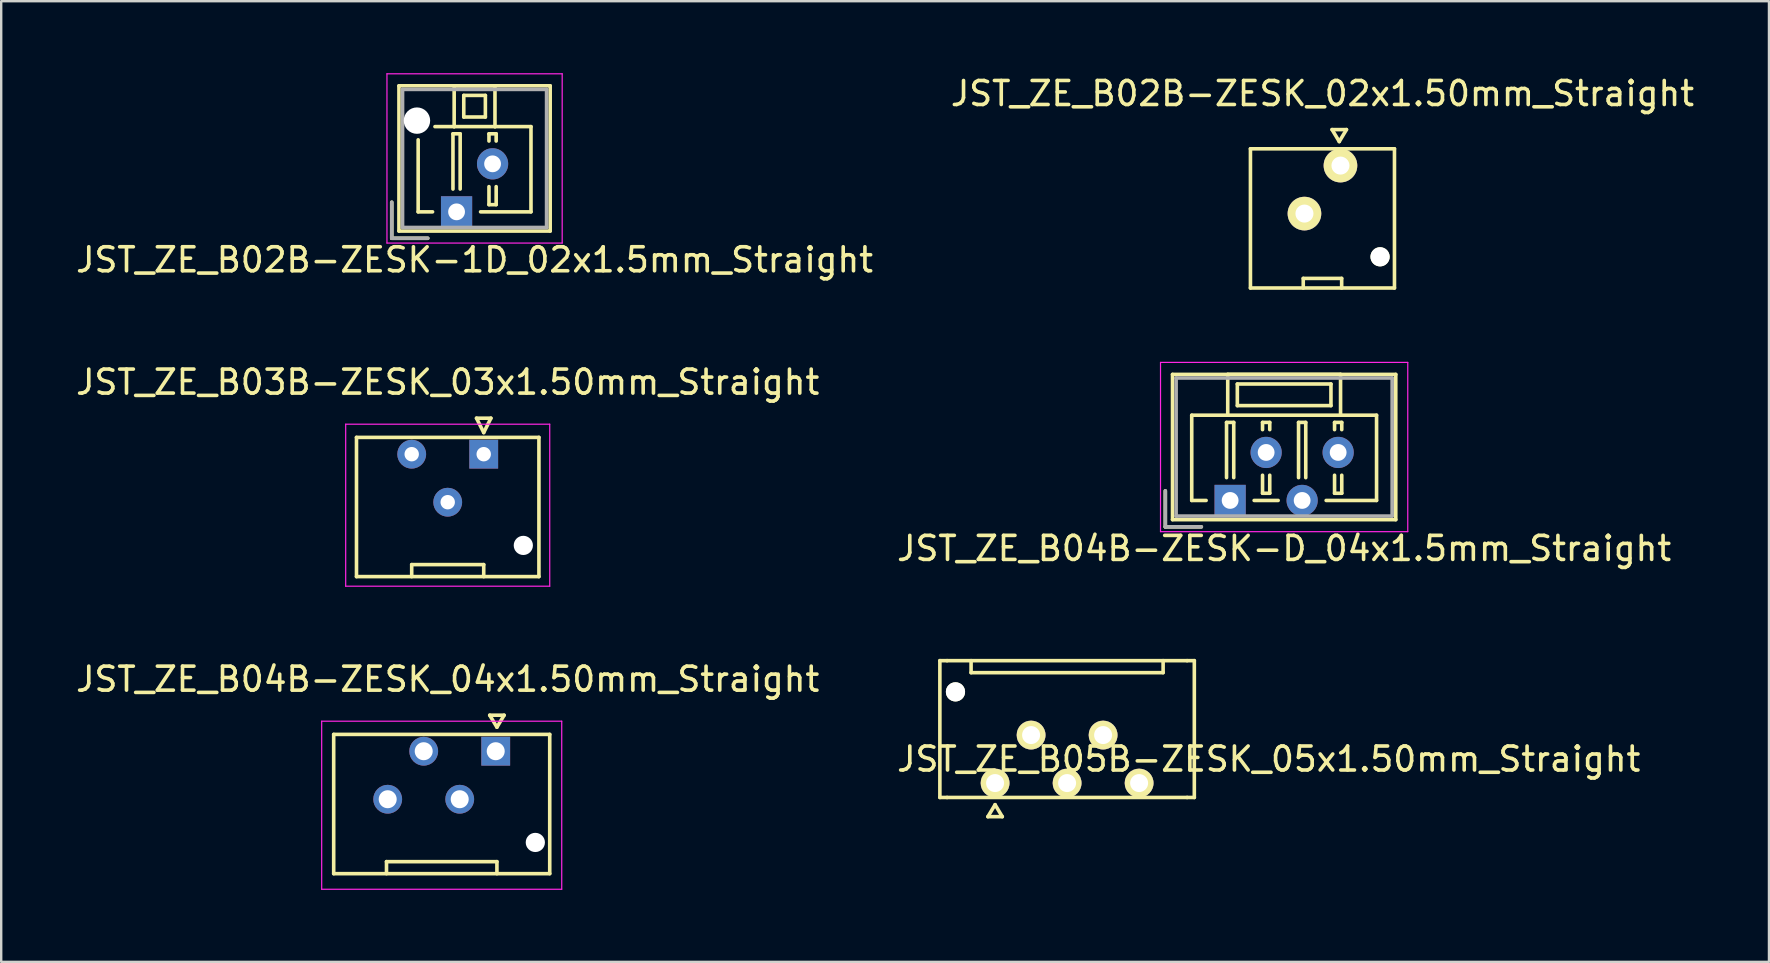
<source format=kicad_pcb>
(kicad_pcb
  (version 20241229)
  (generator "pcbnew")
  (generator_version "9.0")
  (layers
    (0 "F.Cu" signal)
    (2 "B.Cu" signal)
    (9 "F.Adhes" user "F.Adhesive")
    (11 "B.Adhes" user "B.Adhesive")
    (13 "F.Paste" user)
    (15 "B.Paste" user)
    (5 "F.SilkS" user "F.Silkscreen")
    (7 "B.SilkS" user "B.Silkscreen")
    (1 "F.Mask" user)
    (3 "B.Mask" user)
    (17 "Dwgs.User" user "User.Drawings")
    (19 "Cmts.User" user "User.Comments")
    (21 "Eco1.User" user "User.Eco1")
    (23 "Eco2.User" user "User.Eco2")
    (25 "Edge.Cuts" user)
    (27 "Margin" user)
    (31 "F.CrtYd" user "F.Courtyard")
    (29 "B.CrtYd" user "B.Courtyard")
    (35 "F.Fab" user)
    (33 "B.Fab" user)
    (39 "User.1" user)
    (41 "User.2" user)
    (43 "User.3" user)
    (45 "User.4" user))
  (footprint "JST_ZE_B03B-ZESK_03x1.50mm_Straight"
    (layer "F.Cu")
    (at 17.101 15.871)
    (property "Reference" "JST_ZE_B03B-ZESK_03x1.50mm_Straight" (at -1.5 -3 180) (layer "F.SilkS") (effects (font (size 1 1) (thickness 0.15))))
    (attr through_hole)
    (fp_line (start -5.3 -0.7) (end -5.3 5.1) (stroke (width 0.15) (type solid)) (layer "F.SilkS"))
    (fp_line (start -5.3 -0.7) (end 2.3 -0.7) (stroke (width 0.15) (type solid)) (layer "F.SilkS"))
    (fp_line (start -5.3 5.1) (end 2.3 5.1) (stroke (width 0.15) (type solid)) (layer "F.SilkS"))
    (fp_line (start -3 4.6) (end 0 4.6) (stroke (width 0.15) (type solid)) (layer "F.SilkS"))
    (fp_line (start -3 5.1) (end -3 4.6) (stroke (width 0.15) (type solid)) (layer "F.SilkS"))
    (fp_line (start -0.3 -1.5) (end 0.3 -1.5) (stroke (width 0.15) (type solid)) (layer "F.SilkS"))
    (fp_line (start 0 -0.9) (end -0.3 -1.5) (stroke (width 0.15) (type solid)) (layer "F.SilkS"))
    (fp_line (start 0 4.6) (end 0 5.1) (stroke (width 0.15) (type solid)) (layer "F.SilkS"))
    (fp_line (start 0.3 -1.5) (end 0 -0.9) (stroke (width 0.15) (type solid)) (layer "F.SilkS"))
    (fp_line (start 2.3 5.1) (end 2.3 -0.7) (stroke (width 0.15) (type solid)) (layer "F.SilkS"))
    (fp_line (start -5.75 -1.25) (end -5.75 5.5) (stroke (width 0.05) (type solid)) (layer "F.CrtYd"))
    (fp_line (start -5.75 5.5) (end 2.75 5.5) (stroke (width 0.05) (type solid)) (layer "F.CrtYd"))
    (fp_line (start 2.75 -1.25) (end -5.75 -1.25) (stroke (width 0.05) (type solid)) (layer "F.CrtYd"))
    (fp_line (start 2.75 5.5) (end 2.75 -1.25) (stroke (width 0.05) (type solid)) (layer "F.CrtYd"))
    (pad "" np_thru_hole circle (at 1.65 3.8 180) (size 0.8 0.8) (drill 0.8) (layers "*.Cu" "*.Mask"))
    (pad "1" thru_hole rect (at 0 0 180) (size 1.2 1.2) (drill 0.6) (layers "*.Cu" "*.Mask"))
    (pad "2" thru_hole circle (at -1.5 2 180) (size 1.2 1.2) (drill 0.6) (layers "*.Cu" "*.Mask"))
    (pad "3" thru_hole circle (at -3 0 180) (size 1.2 1.2) (drill 0.6) (layers "*.Cu" "*.Mask")))
  (footprint "JST_ZE_B04B-ZESK_04x1.50mm_Straight"
    (layer "F.Cu")
    (at 17.601 28.245)
    (property "Reference" "JST_ZE_B04B-ZESK_04x1.50mm_Straight" (at -2 -3 180) (layer "F.SilkS") (effects (font (size 1 1) (thickness 0.15))))
    (attr through_hole)
    (fp_line (start -6.75 -0.7) (end -6.75 5.1) (stroke (width 0.15) (type solid)) (layer "F.SilkS"))
    (fp_line (start -6.75 5.1) (end 2.25 5.1) (stroke (width 0.15) (type solid)) (layer "F.SilkS"))
    (fp_line (start -4.55 4.6) (end 0.05 4.6) (stroke (width 0.15) (type solid)) (layer "F.SilkS"))
    (fp_line (start -4.55 5.1) (end -4.55 4.6) (stroke (width 0.15) (type solid)) (layer "F.SilkS"))
    (fp_line (start -0.25 -1.5) (end 0.35 -1.5) (stroke (width 0.15) (type solid)) (layer "F.SilkS"))
    (fp_line (start 0.05 -1) (end -0.25 -1.5) (stroke (width 0.15) (type solid)) (layer "F.SilkS"))
    (fp_line (start 0.05 4.6) (end 0.05 5.1) (stroke (width 0.15) (type solid)) (layer "F.SilkS"))
    (fp_line (start 0.35 -1.5) (end 0.05 -1) (stroke (width 0.15) (type solid)) (layer "F.SilkS"))
    (fp_line (start 2.25 -0.7) (end -6.75 -0.7) (stroke (width 0.15) (type solid)) (layer "F.SilkS"))
    (fp_line (start 2.25 5.1) (end 2.25 -0.7) (stroke (width 0.15) (type solid)) (layer "F.SilkS"))
    (fp_line (start -7.25 -1.25) (end -7.25 5.75) (stroke (width 0.05) (type solid)) (layer "F.CrtYd"))
    (fp_line (start -7.25 5.75) (end 2.75 5.75) (stroke (width 0.05) (type solid)) (layer "F.CrtYd"))
    (fp_line (start 2.75 -1.25) (end -7.25 -1.25) (stroke (width 0.05) (type solid)) (layer "F.CrtYd"))
    (fp_line (start 2.75 5.75) (end 2.75 -1.25) (stroke (width 0.05) (type solid)) (layer "F.CrtYd"))
    (pad "" np_thru_hole circle (at 1.65 3.8 180) (size 0.8 0.8) (drill 0.8) (layers "*.Cu" "*.Mask"))
    (pad "1" thru_hole rect (at 0 0 180) (size 1.2 1.2) (drill 0.75) (layers "*.Cu" "*.Mask"))
    (pad "2" thru_hole circle (at -1.5 2 180) (size 1.2 1.2) (drill 0.75) (layers "*.Cu" "*.Mask"))
    (pad "3" thru_hole circle (at -3 0 180) (size 1.2 1.2) (drill 0.75) (layers "*.Cu" "*.Mask"))
    (pad "4" thru_hole circle (at -4.5 2 180) (size 1.2 1.2) (drill 0.75) (layers "*.Cu" "*.Mask")))
  (footprint "JST_ZE_B05B-ZESK_05x1.50mm_Straight"
    (layer "F.Cu")
    (at 41.404 28.572)
    (property "Reference" "JST_ZE_B05B-ZESK_05x1.50mm_Straight" (at 8.4 0 0) (layer "F.SilkS") (effects (font (size 1 1) (thickness 0.15))))
    (attr through_hole)
    (fp_line (start -5.3 -4.1) (end -5.3 1.6) (stroke (width 0.15) (type solid)) (layer "F.SilkS"))
    (fp_line (start -5.3 1.6) (end -5 1.6) (stroke (width 0.15) (type solid)) (layer "F.SilkS"))
    (fp_line (start -5 -4.1) (end -5.3 -4.1) (stroke (width 0.15) (type solid)) (layer "F.SilkS"))
    (fp_line (start -5 1.6) (end 5 1.6) (stroke (width 0.15) (type solid)) (layer "F.SilkS"))
    (fp_line (start -4 -3.6) (end -4 -4.1) (stroke (width 0.15) (type solid)) (layer "F.SilkS"))
    (fp_line (start -3.3 2.4) (end -3 1.9) (stroke (width 0.15) (type solid)) (layer "F.SilkS"))
    (fp_line (start -3 1.9) (end -2.7 2.4) (stroke (width 0.15) (type solid)) (layer "F.SilkS"))
    (fp_line (start -2.7 2.4) (end -3.3 2.4) (stroke (width 0.15) (type solid)) (layer "F.SilkS"))
    (fp_line (start 4 -4.1) (end 4 -3.6) (stroke (width 0.15) (type solid)) (layer "F.SilkS"))
    (fp_line (start 4 -3.6) (end -4 -3.6) (stroke (width 0.15) (type solid)) (layer "F.SilkS"))
    (fp_line (start 5 -4.1) (end -5 -4.1) (stroke (width 0.15) (type solid)) (layer "F.SilkS"))
    (fp_line (start 5.3 -4.1) (end 5 -4.1) (stroke (width 0.15) (type solid)) (layer "F.SilkS"))
    (fp_line (start 5.3 -4.1) (end 5.3 1.6) (stroke (width 0.15) (type solid)) (layer "F.SilkS"))
    (fp_line (start 5.3 1.6) (end 5 1.6) (stroke (width 0.15) (type solid)) (layer "F.SilkS"))
    (pad "" np_thru_hole circle (at -4.65 -2.8) (size 0.8 0.8) (drill 0.8) (layers "*.Cu" "*.Mask" "F.SilkS"))
    (pad "1" thru_hole circle (at -3 1) (size 1.2 1.2) (drill 0.75) (layers "*.Cu" "*.Mask" "F.SilkS"))
    (pad "2" thru_hole circle (at -1.5 -1) (size 1.2 1.2) (drill 0.75) (layers "*.Cu" "*.Mask" "F.SilkS"))
    (pad "3" thru_hole circle (at 0 1) (size 1.2 1.2) (drill 0.75) (layers "*.Cu" "*.Mask" "F.SilkS"))
    (pad "4" thru_hole circle (at 1.5 -1) (size 1.2 1.2) (drill 0.75) (layers "*.Cu" "*.Mask" "F.SilkS"))
    (pad "5" thru_hole circle (at 3 1) (size 1.2 1.2) (drill 0.75) (layers "*.Cu" "*.Mask" "F.SilkS")))
  (footprint "JST_ZE_B04B-ZESK-D_04x1.5mm_Straight"
    (layer "F.Cu")
    (at 48.196 17.798)
    (property "Reference" "JST_ZE_B04B-ZESK-D_04x1.5mm_Straight" (at 2.25 2 0) (layer "F.SilkS") (effects (font (size 1 1) (thickness 0.15))))
    (attr through_hole)
    (fp_line (start -2.7 -0.4) (end -2.7 1.1) (stroke (width 0.15) (type solid)) (layer "F.SilkS"))
    (fp_line (start -2.7 1.1) (end -1.2 1.1) (stroke (width 0.15) (type solid)) (layer "F.SilkS"))
    (fp_line (start -2.4 -5.25) (end -2.4 0.8) (stroke (width 0.15) (type solid)) (layer "F.SilkS"))
    (fp_line (start -2.4 0.8) (end 6.9 0.8) (stroke (width 0.15) (type solid)) (layer "F.SilkS"))
    (fp_line (start -1.6 -3.55) (end -1.6 0) (stroke (width 0.15) (type solid)) (layer "F.SilkS"))
    (fp_line (start -1.6 0) (end -1 0) (stroke (width 0.15) (type solid)) (layer "F.SilkS"))
    (fp_line (start -0.15 -3.25) (end 0.15 -3.25) (stroke (width 0.15) (type solid)) (layer "F.SilkS"))
    (fp_line (start -0.15 -0.95) (end -0.15 -3.25) (stroke (width 0.15) (type solid)) (layer "F.SilkS"))
    (fp_line (start -0.1 -5.25) (end -0.1 -3.55) (stroke (width 0.15) (type solid)) (layer "F.SilkS"))
    (fp_line (start -0.1 -3.55) (end -1.6 -3.55) (stroke (width 0.15) (type solid)) (layer "F.SilkS"))
    (fp_line (start -0.1 -3.55) (end 4.6 -3.55) (stroke (width 0.15) (type solid)) (layer "F.SilkS"))
    (fp_line (start 0.15 -3.25) (end 0.15 -0.95) (stroke (width 0.15) (type solid)) (layer "F.SilkS"))
    (fp_line (start 0.3 -4.85) (end 0.3 -3.95) (stroke (width 0.15) (type solid)) (layer "F.SilkS"))
    (fp_line (start 0.3 -3.95) (end 4.2 -3.95) (stroke (width 0.15) (type solid)) (layer "F.SilkS"))
    (fp_line (start 1 0) (end 2 0) (stroke (width 0.15) (type solid)) (layer "F.SilkS"))
    (fp_line (start 1.35 -3.25) (end 1.65 -3.25) (stroke (width 0.15) (type solid)) (layer "F.SilkS"))
    (fp_line (start 1.35 -2.95) (end 1.35 -3.25) (stroke (width 0.15) (type solid)) (layer "F.SilkS"))
    (fp_line (start 1.35 -1.05) (end 1.35 -0.3) (stroke (width 0.15) (type solid)) (layer "F.SilkS"))
    (fp_line (start 1.35 -0.3) (end 1.65 -0.3) (stroke (width 0.15) (type solid)) (layer "F.SilkS"))
    (fp_line (start 1.65 -3.25) (end 1.65 -2.95) (stroke (width 0.15) (type solid)) (layer "F.SilkS"))
    (fp_line (start 1.65 -0.3) (end 1.65 -1.05) (stroke (width 0.15) (type solid)) (layer "F.SilkS"))
    (fp_line (start 2.85 -3.25) (end 3.15 -3.25) (stroke (width 0.15) (type solid)) (layer "F.SilkS"))
    (fp_line (start 2.85 -0.95) (end 2.85 -3.25) (stroke (width 0.15) (type solid)) (layer "F.SilkS"))
    (fp_line (start 3.15 -3.25) (end 3.15 -0.95) (stroke (width 0.15) (type solid)) (layer "F.SilkS"))
    (fp_line (start 4.2 -4.85) (end 0.3 -4.85) (stroke (width 0.15) (type solid)) (layer "F.SilkS"))
    (fp_line (start 4.2 -3.95) (end 4.2 -4.85) (stroke (width 0.15) (type solid)) (layer "F.SilkS"))
    (fp_line (start 4.35 -3.25) (end 4.65 -3.25) (stroke (width 0.15) (type solid)) (layer "F.SilkS"))
    (fp_line (start 4.35 -2.95) (end 4.35 -3.25) (stroke (width 0.15) (type solid)) (layer "F.SilkS"))
    (fp_line (start 4.35 -1.05) (end 4.35 -0.3) (stroke (width 0.15) (type solid)) (layer "F.SilkS"))
    (fp_line (start 4.35 -0.3) (end 4.65 -0.3) (stroke (width 0.15) (type solid)) (layer "F.SilkS"))
    (fp_line (start 4.6 -5.25) (end -0.1 -5.25) (stroke (width 0.15) (type solid)) (layer "F.SilkS"))
    (fp_line (start 4.6 -3.55) (end 4.6 -5.25) (stroke (width 0.15) (type solid)) (layer "F.SilkS"))
    (fp_line (start 4.6 -3.55) (end 6.1 -3.55) (stroke (width 0.15) (type solid)) (layer "F.SilkS"))
    (fp_line (start 4.65 -3.25) (end 4.65 -2.95) (stroke (width 0.15) (type solid)) (layer "F.SilkS"))
    (fp_line (start 4.65 -0.3) (end 4.65 -1.05) (stroke (width 0.15) (type solid)) (layer "F.SilkS"))
    (fp_line (start 6.1 -3.55) (end 6.1 0) (stroke (width 0.15) (type solid)) (layer "F.SilkS"))
    (fp_line (start 6.1 0) (end 4 0) (stroke (width 0.15) (type solid)) (layer "F.SilkS"))
    (fp_line (start 6.9 -5.25) (end -2.4 -5.25) (stroke (width 0.15) (type solid)) (layer "F.SilkS"))
    (fp_line (start 6.9 0.8) (end 6.9 -5.25) (stroke (width 0.15) (type solid)) (layer "F.SilkS"))
    (fp_line (start -2.9 -5.75) (end -2.9 1.3) (stroke (width 0.05) (type solid)) (layer "F.CrtYd"))
    (fp_line (start -2.9 1.3) (end 7.4 1.3) (stroke (width 0.05) (type solid)) (layer "F.CrtYd"))
    (fp_line (start 7.4 -5.75) (end -2.9 -5.75) (stroke (width 0.05) (type solid)) (layer "F.CrtYd"))
    (fp_line (start 7.4 1.3) (end 7.4 -5.75) (stroke (width 0.05) (type solid)) (layer "F.CrtYd"))
    (fp_line (start -2.7 -0.4) (end -2.7 1.1) (stroke (width 0.15) (type solid)) (layer "F.Fab"))
    (fp_line (start -2.7 1.1) (end -1.2 1.1) (stroke (width 0.15) (type solid)) (layer "F.Fab"))
    (fp_line (start -2.25 -5.1) (end -2.25 0.65) (stroke (width 0.15) (type solid)) (layer "F.Fab"))
    (fp_line (start -2.25 0.65) (end 6.75 0.65) (stroke (width 0.15) (type solid)) (layer "F.Fab"))
    (fp_line (start 6.75 -5.1) (end -2.25 -5.1) (stroke (width 0.15) (type solid)) (layer "F.Fab"))
    (fp_line (start 6.75 0.65) (end 6.75 -5.1) (stroke (width 0.15) (type solid)) (layer "F.Fab"))
    (pad "1" thru_hole rect (at 0 0) (size 1.3 1.3) (drill 0.7) (layers "*.Cu" "*.Mask"))
    (pad "2" thru_hole circle (at 1.5 -2) (size 1.3 1.3) (drill 0.7) (layers "*.Cu" "*.Mask"))
    (pad "3" thru_hole circle (at 3 0) (size 1.3 1.3) (drill 0.7) (layers "*.Cu" "*.Mask"))
    (pad "4" thru_hole circle (at 4.5 -2) (size 1.3 1.3) (drill 0.7) (layers "*.Cu" "*.Mask")))
  (footprint "JST_ZE_B02B-ZESK_02x1.50mm_Straight"
    (layer "F.Cu")
    (at 52.042 4.848)
    (property "Reference" "JST_ZE_B02B-ZESK_02x1.50mm_Straight" (at 0 -4 0) (layer "F.SilkS") (effects (font (size 1 1) (thickness 0.15))))
    (attr through_hole)
    (fp_line (start -3 -1.7) (end -3 4.1) (stroke (width 0.15) (type solid)) (layer "F.SilkS"))
    (fp_line (start -3 4.1) (end 3 4.1) (stroke (width 0.15) (type solid)) (layer "F.SilkS"))
    (fp_line (start -0.8 3.7) (end -0.8 4.1) (stroke (width 0.15) (type solid)) (layer "F.SilkS"))
    (fp_line (start 0.4 -2.5) (end 0.7 -2) (stroke (width 0.15) (type solid)) (layer "F.SilkS"))
    (fp_line (start 0.7 -2) (end 1 -2.5) (stroke (width 0.15) (type solid)) (layer "F.SilkS"))
    (fp_line (start 0.8 3.7) (end -0.8 3.7) (stroke (width 0.15) (type solid)) (layer "F.SilkS"))
    (fp_line (start 0.8 4.1) (end 0.8 3.7) (stroke (width 0.15) (type solid)) (layer "F.SilkS"))
    (fp_line (start 1 -2.5) (end 0.4 -2.5) (stroke (width 0.15) (type solid)) (layer "F.SilkS"))
    (fp_line (start 3 -1.7) (end -3 -1.7) (stroke (width 0.15) (type solid)) (layer "F.SilkS"))
    (fp_line (start 3 4.1) (end 3 -1.7) (stroke (width 0.15) (type solid)) (layer "F.SilkS"))
    (pad "" np_thru_hole circle (at 2.4 2.8) (size 0.8 0.8) (drill 0.8) (layers "*.Cu" "*.Mask" "F.SilkS"))
    (pad "1" thru_hole circle (at 0.75 -1) (size 1.4 1.4) (drill 0.75) (layers "*.Cu" "*.Mask" "F.SilkS"))
    (pad "2" thru_hole circle (at -0.75 1) (size 1.4 1.4) (drill 0.75) (layers "*.Cu" "*.Mask" "F.SilkS")))
  (footprint "JST_ZE_B02B-ZESK-1D_02x1.5mm_Straight"
    (layer "F.Cu")
    (at 15.97 5.775)
    (property "Reference" "JST_ZE_B02B-ZESK-1D_02x1.5mm_Straight" (at 0.75 2 0) (layer "F.SilkS") (effects (font (size 1 1) (thickness 0.15))))
    (attr through_hole)
    (fp_line (start -2.7 -0.4) (end -2.7 1.1) (stroke (width 0.15) (type solid)) (layer "F.SilkS"))
    (fp_line (start -2.7 1.1) (end -1.2 1.1) (stroke (width 0.15) (type solid)) (layer "F.SilkS"))
    (fp_line (start -2.4 -5.25) (end -2.4 0.8) (stroke (width 0.15) (type solid)) (layer "F.SilkS"))
    (fp_line (start -2.4 0.8) (end 3.9 0.8) (stroke (width 0.15) (type solid)) (layer "F.SilkS"))
    (fp_line (start -1.6 -3) (end -1.6 0) (stroke (width 0.15) (type solid)) (layer "F.SilkS"))
    (fp_line (start -1.6 0) (end -1 0) (stroke (width 0.15) (type solid)) (layer "F.SilkS"))
    (fp_line (start -0.15 -3.25) (end 0.15 -3.25) (stroke (width 0.15) (type solid)) (layer "F.SilkS"))
    (fp_line (start -0.15 -0.95) (end -0.15 -3.25) (stroke (width 0.15) (type solid)) (layer "F.SilkS"))
    (fp_line (start -0.1 -5.25) (end -0.1 -3.55) (stroke (width 0.15) (type solid)) (layer "F.SilkS"))
    (fp_line (start -0.1 -3.55) (end -0.9 -3.55) (stroke (width 0.15) (type solid)) (layer "F.SilkS"))
    (fp_line (start -0.1 -3.55) (end 1.6 -3.55) (stroke (width 0.15) (type solid)) (layer "F.SilkS"))
    (fp_line (start 0.15 -3.25) (end 0.15 -0.95) (stroke (width 0.15) (type solid)) (layer "F.SilkS"))
    (fp_line (start 0.3 -4.85) (end 0.3 -3.95) (stroke (width 0.15) (type solid)) (layer "F.SilkS"))
    (fp_line (start 0.3 -3.95) (end 1.2 -3.95) (stroke (width 0.15) (type solid)) (layer "F.SilkS"))
    (fp_line (start 1.2 -4.85) (end 0.3 -4.85) (stroke (width 0.15) (type solid)) (layer "F.SilkS"))
    (fp_line (start 1.2 -3.95) (end 1.2 -4.85) (stroke (width 0.15) (type solid)) (layer "F.SilkS"))
    (fp_line (start 1.35 -3.25) (end 1.65 -3.25) (stroke (width 0.15) (type solid)) (layer "F.SilkS"))
    (fp_line (start 1.35 -2.95) (end 1.35 -3.25) (stroke (width 0.15) (type solid)) (layer "F.SilkS"))
    (fp_line (start 1.35 -1.05) (end 1.35 -0.3) (stroke (width 0.15) (type solid)) (layer "F.SilkS"))
    (fp_line (start 1.35 -0.3) (end 1.65 -0.3) (stroke (width 0.15) (type solid)) (layer "F.SilkS"))
    (fp_line (start 1.6 -5.25) (end -0.1 -5.25) (stroke (width 0.15) (type solid)) (layer "F.SilkS"))
    (fp_line (start 1.6 -3.55) (end 1.6 -5.25) (stroke (width 0.15) (type solid)) (layer "F.SilkS"))
    (fp_line (start 1.6 -3.55) (end 3.1 -3.55) (stroke (width 0.15) (type solid)) (layer "F.SilkS"))
    (fp_line (start 1.65 -3.25) (end 1.65 -2.95) (stroke (width 0.15) (type solid)) (layer "F.SilkS"))
    (fp_line (start 1.65 -0.3) (end 1.65 -1.05) (stroke (width 0.15) (type solid)) (layer "F.SilkS"))
    (fp_line (start 3.1 -3.55) (end 3.1 0) (stroke (width 0.15) (type solid)) (layer "F.SilkS"))
    (fp_line (start 3.1 0) (end 1 0) (stroke (width 0.15) (type solid)) (layer "F.SilkS"))
    (fp_line (start 3.9 -5.25) (end -2.4 -5.25) (stroke (width 0.15) (type solid)) (layer "F.SilkS"))
    (fp_line (start 3.9 0.8) (end 3.9 -5.25) (stroke (width 0.15) (type solid)) (layer "F.SilkS"))
    (fp_line (start -2.9 -5.75) (end -2.9 1.3) (stroke (width 0.05) (type solid)) (layer "F.CrtYd"))
    (fp_line (start -2.9 1.3) (end 4.4 1.3) (stroke (width 0.05) (type solid)) (layer "F.CrtYd"))
    (fp_line (start 4.4 -5.75) (end -2.9 -5.75) (stroke (width 0.05) (type solid)) (layer "F.CrtYd"))
    (fp_line (start 4.4 1.3) (end 4.4 -5.75) (stroke (width 0.05) (type solid)) (layer "F.CrtYd"))
    (fp_line (start -2.7 -0.4) (end -2.7 1.1) (stroke (width 0.15) (type solid)) (layer "F.Fab"))
    (fp_line (start -2.7 1.1) (end -1.2 1.1) (stroke (width 0.15) (type solid)) (layer "F.Fab"))
    (fp_line (start -2.25 -5.1) (end -2.25 0.65) (stroke (width 0.15) (type solid)) (layer "F.Fab"))
    (fp_line (start -2.25 0.65) (end 3.75 0.65) (stroke (width 0.15) (type solid)) (layer "F.Fab"))
    (fp_line (start 3.75 -5.1) (end -2.25 -5.1) (stroke (width 0.15) (type solid)) (layer "F.Fab"))
    (fp_line (start 3.75 0.65) (end 3.75 -5.1) (stroke (width 0.15) (type solid)) (layer "F.Fab"))
    (pad "" np_thru_hole circle (at -1.65 -3.8) (size 1.1 1.1) (drill 1.1) (layers "*.Cu"))
    (pad "1" thru_hole rect (at 0 0) (size 1.3 1.3) (drill 0.7) (layers "*.Cu" "*.Mask"))
    (pad "2" thru_hole circle (at 1.5 -2) (size 1.3 1.3) (drill 0.7) (layers "*.Cu" "*.Mask")))
  (gr_rect
    (start -3 -3)
    (end 70.643 37.02)
    (stroke (width 0.1) (type default))
    (fill no)
    (layer "Edge.Cuts")))
</source>
